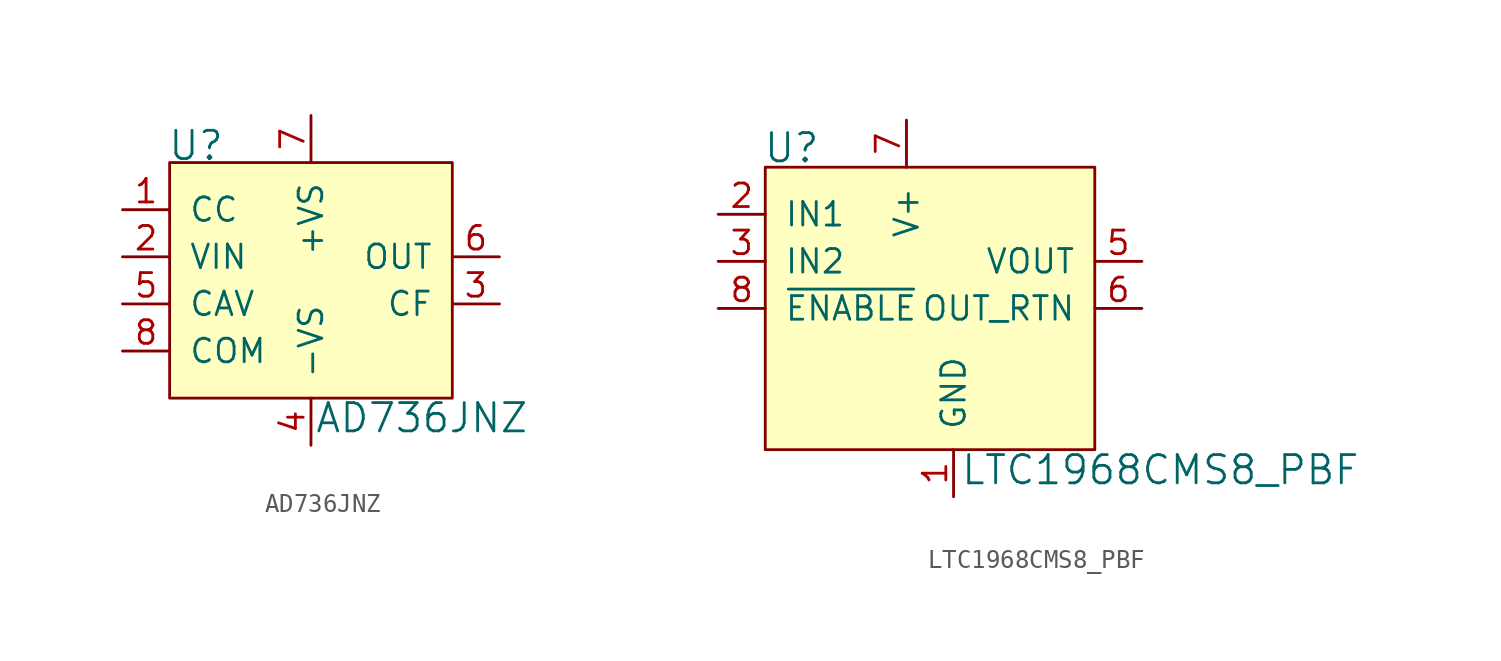
<source format=kicad_sym>
(kicad_symbol_lib
  (version 20211014)
  (generator kicad_symbol_editor)
  (symbol "AD736JNZ"
    (pin_names
      (offset 1.016))
    (property "Reference" "U"
      (at -7.747 5.994 0)
      (effects (font (size 1.524 1.524)) (justify left)))
    (property "Value" "AD736JNZ"
      (at 0.178 -8.687 0)
      (effects (font (size 1.524 1.524)) (justify left)))
    (symbol "AD736JNZ_0_1"
      (rectangle (start -7.62 5.08) (end 7.62 -7.62) (stroke (width 0) (type default) (color 0 0 0 0)) (fill (type background))))
    (symbol "AD736JNZ_1_1"
      (pin input line (at -10.16 2.54 0) (length 2.54) (name "CC" (effects (font (size 1.27 1.27)))) (number "1" (effects (font (size 1.27 1.27)))))
      (pin input line (at -10.16 0 0) (length 2.54) (name "VIN" (effects (font (size 1.27 1.27)))) (number "2" (effects (font (size 1.27 1.27)))))
      (pin output line (at 10.16 -2.54 180) (length 2.54) (name "CF" (effects (font (size 1.27 1.27)))) (number "3" (effects (font (size 1.27 1.27)))))
      (pin power_in line (at 0 -10.16 90) (length 2.54) (name "-VS" (effects (font (size 1.27 1.27)))) (number "4" (effects (font (size 1.27 1.27)))))
      (pin passive line (at -10.16 -2.54 0) (length 2.54) (name "CAV" (effects (font (size 1.27 1.27)))) (number "5" (effects (font (size 1.27 1.27)))))
      (pin output line (at 10.16 0 180) (length 2.54) (name "OUT" (effects (font (size 1.27 1.27)))) (number "6" (effects (font (size 1.27 1.27)))))
      (pin power_in line (at 0 7.62 270) (length 2.54) (name "+VS" (effects (font (size 1.27 1.27)))) (number "7" (effects (font (size 1.27 1.27)))))
      (pin input line (at -10.16 -5.08 0) (length 2.54) (name "COM" (effects (font (size 1.27 1.27)))) (number "8" (effects (font (size 1.27 1.27)))))))
  (symbol "LTC1968CMS8_PBF"
    (pin_names
      (offset 1.016))
    (property "Reference" "U"
      (at -10.287 1.041 0)
      (effects (font (size 1.524 1.524)) (justify left)))
    (property "Value" "LTC1968CMS8_PBF"
      (at 0.356 -16.332 0)
      (effects (font (size 1.524 1.524)) (justify left)))
    (symbol "LTC1968CMS8_PBF_0_1"
      (rectangle (start -10.16 0) (end 7.62 -15.24) (stroke (width 0) (type default) (color 0 0 0 0)) (fill (type background))))
    (symbol "LTC1968CMS8_PBF_1_1"
      (pin power_in line (at 0 -17.78 90) (length 2.54) (name "GND" (effects (font (size 1.27 1.27)))) (number "1" (effects (font (size 1.27 1.27)))))
      (pin input line (at -12.7 -2.54 0) (length 2.54) (name "IN1" (effects (font (size 1.27 1.27)))) (number "2" (effects (font (size 1.27 1.27)))))
      (pin input line (at -12.7 -5.08 0) (length 2.54) (name "IN2" (effects (font (size 1.27 1.27)))) (number "3" (effects (font (size 1.27 1.27)))))
      (pin no_connect line (at -10.16 -10.16 0) (length 2.54) hide (name "NC" (effects (font (size 1.27 1.27)))) (number "4" (effects (font (size 1.27 1.27)))))
      (pin power_out line (at 10.16 -5.08 180) (length 2.54) (name "VOUT" (effects (font (size 1.27 1.27)))) (number "5" (effects (font (size 1.27 1.27)))))
      (pin output line (at 10.16 -7.62 180) (length 2.54) (name "OUT_RTN" (effects (font (size 1.27 1.27)))) (number "6" (effects (font (size 1.27 1.27)))))
      (pin power_in line (at -2.54 2.54 270) (length 2.54) (name "V+" (effects (font (size 1.27 1.27)))) (number "7" (effects (font (size 1.27 1.27)))))
      (pin input line (at -12.7 -7.62 0) (length 2.54) (name "~{ENABLE}" (effects (font (size 1.27 1.27)))) (number "8" (effects (font (size 1.27 1.27))))))))
</source>
